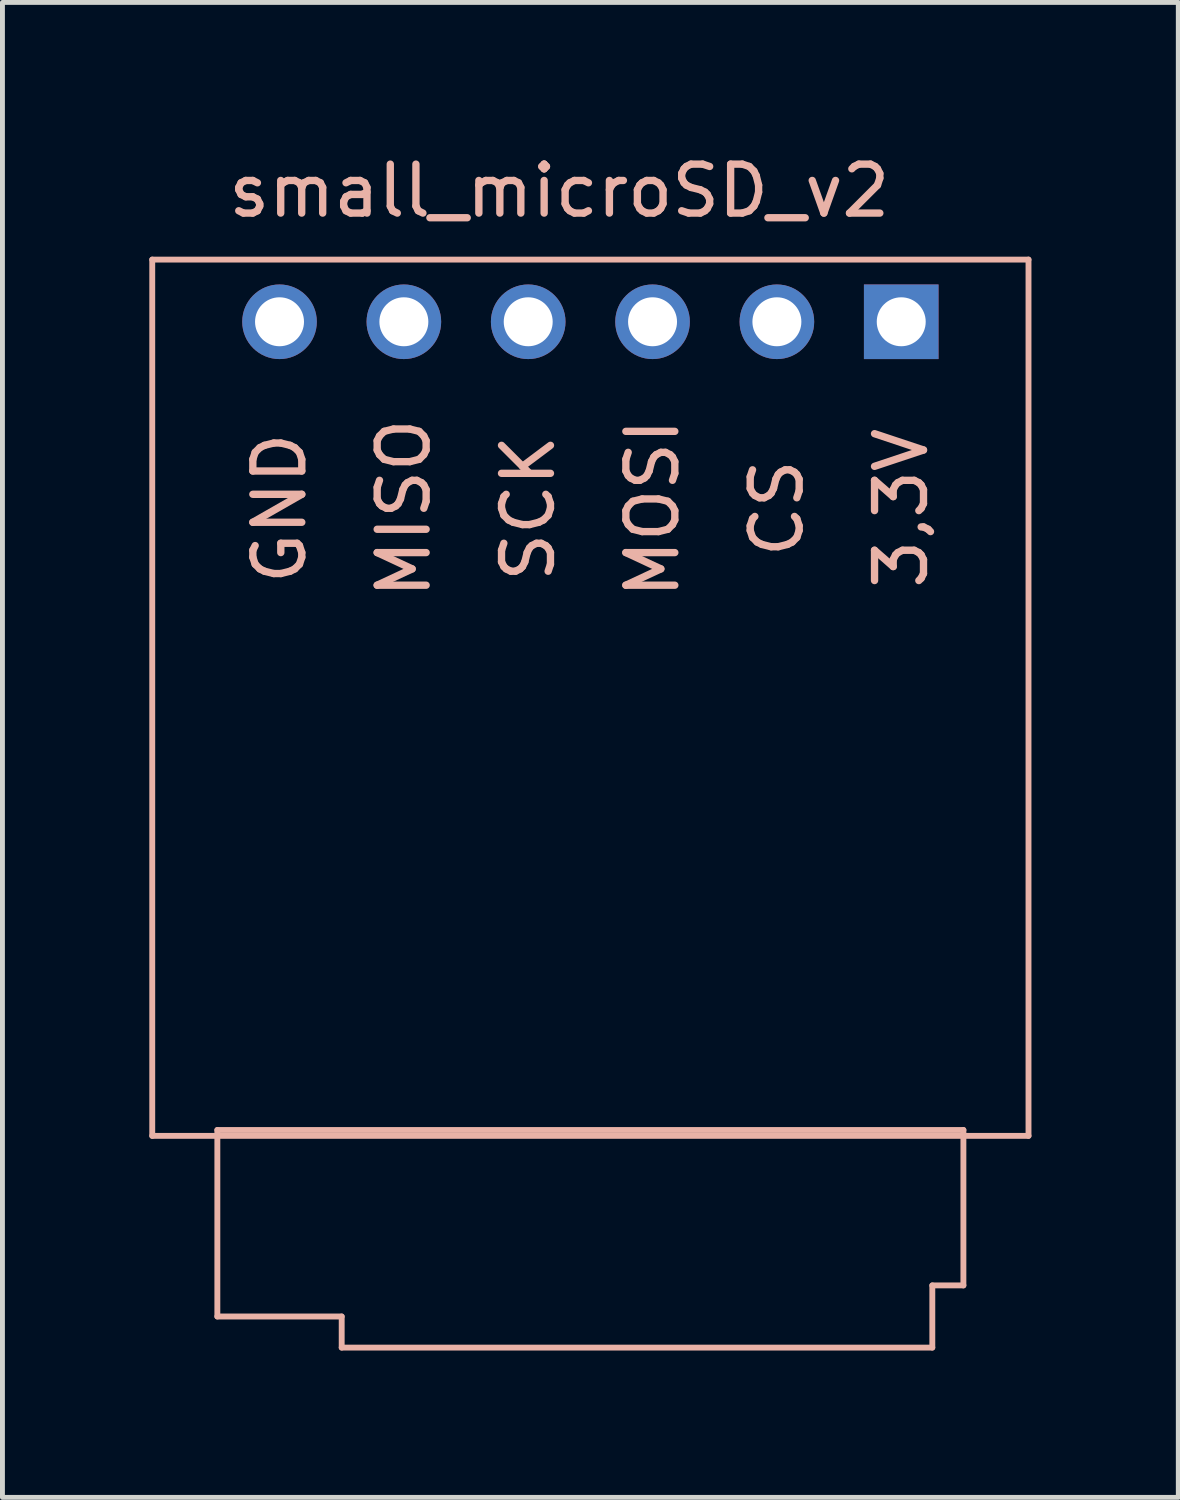
<source format=kicad_pcb>
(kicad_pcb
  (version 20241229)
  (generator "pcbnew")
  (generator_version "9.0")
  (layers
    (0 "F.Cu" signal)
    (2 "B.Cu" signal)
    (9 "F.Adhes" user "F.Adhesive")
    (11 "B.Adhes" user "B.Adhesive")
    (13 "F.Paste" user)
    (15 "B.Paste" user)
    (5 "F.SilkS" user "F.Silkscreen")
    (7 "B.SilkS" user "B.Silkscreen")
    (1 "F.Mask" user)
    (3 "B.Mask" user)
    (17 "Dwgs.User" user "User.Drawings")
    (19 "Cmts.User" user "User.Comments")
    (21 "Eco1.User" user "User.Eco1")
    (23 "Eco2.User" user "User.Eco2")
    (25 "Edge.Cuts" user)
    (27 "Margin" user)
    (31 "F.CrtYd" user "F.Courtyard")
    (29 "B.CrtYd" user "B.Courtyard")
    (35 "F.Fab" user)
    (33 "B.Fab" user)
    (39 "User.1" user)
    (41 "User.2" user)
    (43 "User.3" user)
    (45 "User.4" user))
  (footprint "small_microSD_v2"
    (layer "F.Cu")
    (at 8.375 0.348)
    (property "Reference" "small_microSD_v2" (at 0 0.5 0) (layer "B.SilkS") (effects (font (size 1 1) (thickness 0.15))))
    (attr through_hole)
    (fp_line (start -8.315 1.905) (end -8.315 19.805) (stroke (width 0.12) (type solid)) (layer "B.SilkS"))
    (fp_line (start -8.315 19.805) (end 9.585 19.805) (stroke (width 0.12) (type solid)) (layer "B.SilkS"))
    (fp_line (start -6.985 19.685) (end -6.985 23.495) (stroke (width 0.12) (type solid)) (layer "B.SilkS"))
    (fp_line (start -4.445 23.495) (end -6.985 23.495) (stroke (width 0.12) (type solid)) (layer "B.SilkS"))
    (fp_line (start -4.445 24.13) (end -4.445 23.495) (stroke (width 0.12) (type solid)) (layer "B.SilkS"))
    (fp_line (start 7.62 22.86) (end 7.62 24.13) (stroke (width 0.12) (type solid)) (layer "B.SilkS"))
    (fp_line (start 7.62 24.13) (end -4.445 24.13) (stroke (width 0.12) (type solid)) (layer "B.SilkS"))
    (fp_line (start 8.255 19.685) (end -6.985 19.685) (stroke (width 0.12) (type solid)) (layer "B.SilkS"))
    (fp_line (start 8.255 19.685) (end 8.255 22.86) (stroke (width 0.12) (type solid)) (layer "B.SilkS"))
    (fp_line (start 8.255 22.86) (end 7.62 22.86) (stroke (width 0.12) (type solid)) (layer "B.SilkS"))
    (fp_line (start 9.585 1.905) (end -8.315 1.905) (stroke (width 0.12) (type solid)) (layer "B.SilkS"))
    (fp_line (start 9.585 1.905) (end 9.585 19.805) (stroke (width 0.12) (type solid)) (layer "B.SilkS"))
    (fp_text user "SCK" (at -0.635 6.985 90) (layer "B.SilkS") (effects (font (size 1 1) (thickness 0.15))))
    (fp_text user "MOSI" (at 1.905 6.985 90) (layer "B.SilkS") (effects (font (size 1 1) (thickness 0.15))))
    (fp_text user "3,3V" (at 6.985 6.985 90) (layer "B.SilkS") (effects (font (size 1 1) (thickness 0.15))))
    (fp_text user "GND" (at -5.715 6.985 90) (layer "B.SilkS") (effects (font (size 1 1) (thickness 0.15))))
    (fp_text user "CS" (at 4.445 6.985 90) (layer "B.SilkS") (effects (font (size 1 1) (thickness 0.15))))
    (fp_text user "MISO" (at -3.175 6.985 90) (layer "B.SilkS") (effects (font (size 1 1) (thickness 0.15))))
    (pad "1" thru_hole rect (at 6.985 3.175) (size 1.524 1.524) (drill 1) (layers "*.Cu" "*.Mask"))
    (pad "2" thru_hole circle (at 4.445 3.175) (size 1.524 1.524) (drill 1) (layers "*.Cu" "*.Mask"))
    (pad "3" thru_hole circle (at 1.905 3.175) (size 1.524 1.524) (drill 1) (layers "*.Cu" "*.Mask"))
    (pad "4" thru_hole circle (at -0.635 3.175) (size 1.524 1.524) (drill 1) (layers "*.Cu" "*.Mask"))
    (pad "5" thru_hole circle (at -3.175 3.175) (size 1.524 1.524) (drill 1) (layers "*.Cu" "*.Mask"))
    (pad "6" thru_hole circle (at -5.715 3.175) (size 1.524 1.524) (drill 1) (layers "*.Cu" "*.Mask")))
  (gr_rect
    (start -3 -3)
    (end 21.02 27.538)
    (stroke (width 0.1) (type default))
    (fill no)
    (layer "Edge.Cuts")))
</source>
